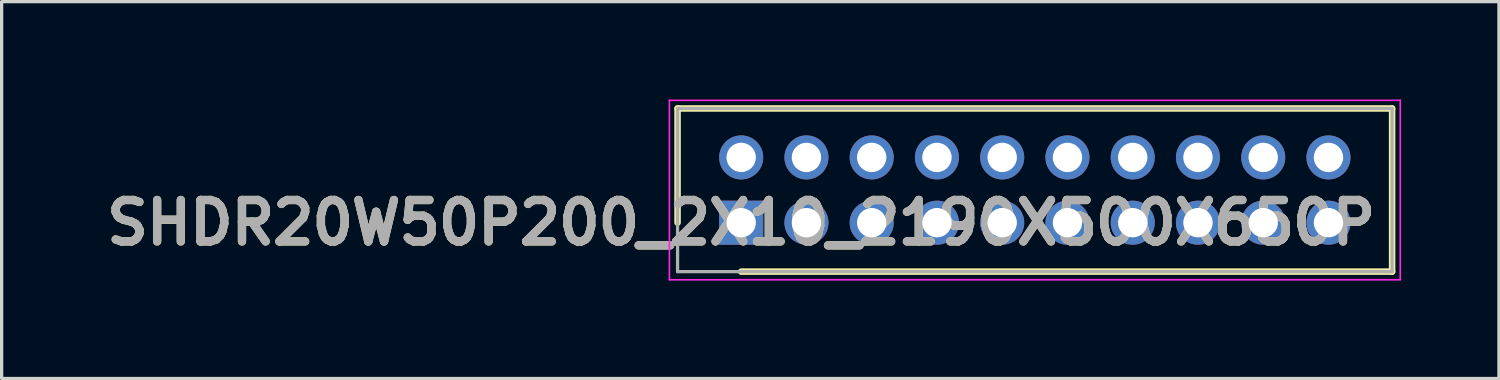
<source format=kicad_pcb>
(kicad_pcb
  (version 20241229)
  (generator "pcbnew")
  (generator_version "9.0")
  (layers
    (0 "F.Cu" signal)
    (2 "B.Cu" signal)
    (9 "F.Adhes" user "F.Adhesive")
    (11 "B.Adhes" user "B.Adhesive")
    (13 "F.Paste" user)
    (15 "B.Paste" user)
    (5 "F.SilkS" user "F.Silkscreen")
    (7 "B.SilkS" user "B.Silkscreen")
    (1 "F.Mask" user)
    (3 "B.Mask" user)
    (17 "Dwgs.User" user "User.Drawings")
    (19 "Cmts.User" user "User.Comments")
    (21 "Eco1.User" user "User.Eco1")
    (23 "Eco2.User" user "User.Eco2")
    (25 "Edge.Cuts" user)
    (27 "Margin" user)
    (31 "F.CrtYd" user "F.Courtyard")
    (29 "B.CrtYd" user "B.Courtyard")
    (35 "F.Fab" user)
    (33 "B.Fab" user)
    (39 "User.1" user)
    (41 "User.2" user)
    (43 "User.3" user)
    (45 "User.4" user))
  (footprint "SHDR20W50P200_2X10_2190X500X650P"
    (layer "F.Cu")
    (at 19.667 3.775)
    (property "Reference" "SHDR20W50P200_2X10_2190X500X650P" (at 0 0 0) (layer "F.SilkS") (effects (font (size 1.27 1.27) (thickness 0.254))))
    (attr through_hole)
    (fp_line (start -1.95 -3.5) (end -1.95 0) (stroke (width 0.2) (type solid)) (layer "F.SilkS"))
    (fp_line (start 0 1.5) (end 19.95 1.5) (stroke (width 0.2) (type solid)) (layer "F.SilkS"))
    (fp_line (start 19.95 -3.5) (end -1.95 -3.5) (stroke (width 0.2) (type solid)) (layer "F.SilkS"))
    (fp_line (start 19.95 1.5) (end 19.95 -3.5) (stroke (width 0.2) (type solid)) (layer "F.SilkS"))
    (fp_line (start -2.2 -3.75) (end 20.2 -3.75) (stroke (width 0.05) (type solid)) (layer "F.CrtYd"))
    (fp_line (start -2.2 1.75) (end -2.2 -3.75) (stroke (width 0.05) (type solid)) (layer "F.CrtYd"))
    (fp_line (start 20.2 -3.75) (end 20.2 1.75) (stroke (width 0.05) (type solid)) (layer "F.CrtYd"))
    (fp_line (start 20.2 1.75) (end -2.2 1.75) (stroke (width 0.05) (type solid)) (layer "F.CrtYd"))
    (fp_line (start -1.95 -3.5) (end 19.95 -3.5) (stroke (width 0.1) (type solid)) (layer "F.Fab"))
    (fp_line (start -1.95 1.5) (end -1.95 -3.5) (stroke (width 0.1) (type solid)) (layer "F.Fab"))
    (fp_line (start 19.95 -3.5) (end 19.95 1.5) (stroke (width 0.1) (type solid)) (layer "F.Fab"))
    (fp_line (start 19.95 1.5) (end -1.95 1.5) (stroke (width 0.1) (type solid)) (layer "F.Fab"))
    (fp_text user "${REFERENCE}" (at 0 0 0) (layer "F.Fab") (effects (font (size 1.27 1.27) (thickness 0.254))))
    (pad "1" thru_hole rect (at 0 0) (size 1.35 1.35) (drill 0.9) (layers "*.Cu" "*.Mask"))
    (pad "2" thru_hole circle (at 0 -2) (size 1.35 1.35) (drill 0.9) (layers "*.Cu" "*.Mask"))
    (pad "3" thru_hole circle (at 2 0) (size 1.35 1.35) (drill 0.9) (layers "*.Cu" "*.Mask"))
    (pad "4" thru_hole circle (at 2 -2) (size 1.35 1.35) (drill 0.9) (layers "*.Cu" "*.Mask"))
    (pad "5" thru_hole circle (at 4 0) (size 1.35 1.35) (drill 0.9) (layers "*.Cu" "*.Mask"))
    (pad "6" thru_hole circle (at 4 -2) (size 1.35 1.35) (drill 0.9) (layers "*.Cu" "*.Mask"))
    (pad "7" thru_hole circle (at 6 0) (size 1.35 1.35) (drill 0.9) (layers "*.Cu" "*.Mask"))
    (pad "8" thru_hole circle (at 6 -2) (size 1.35 1.35) (drill 0.9) (layers "*.Cu" "*.Mask"))
    (pad "9" thru_hole circle (at 8 0) (size 1.35 1.35) (drill 0.9) (layers "*.Cu" "*.Mask"))
    (pad "10" thru_hole circle (at 8 -2) (size 1.35 1.35) (drill 0.9) (layers "*.Cu" "*.Mask"))
    (pad "11" thru_hole circle (at 10 0) (size 1.35 1.35) (drill 0.9) (layers "*.Cu" "*.Mask"))
    (pad "12" thru_hole circle (at 10 -2) (size 1.35 1.35) (drill 0.9) (layers "*.Cu" "*.Mask"))
    (pad "13" thru_hole circle (at 12 0) (size 1.35 1.35) (drill 0.9) (layers "*.Cu" "*.Mask"))
    (pad "14" thru_hole circle (at 12 -2) (size 1.35 1.35) (drill 0.9) (layers "*.Cu" "*.Mask"))
    (pad "15" thru_hole circle (at 14 0) (size 1.35 1.35) (drill 0.9) (layers "*.Cu" "*.Mask"))
    (pad "16" thru_hole circle (at 14 -2) (size 1.35 1.35) (drill 0.9) (layers "*.Cu" "*.Mask"))
    (pad "17" thru_hole circle (at 16 0) (size 1.35 1.35) (drill 0.9) (layers "*.Cu" "*.Mask"))
    (pad "18" thru_hole circle (at 16 -2) (size 1.35 1.35) (drill 0.9) (layers "*.Cu" "*.Mask"))
    (pad "19" thru_hole circle (at 18 0) (size 1.35 1.35) (drill 0.9) (layers "*.Cu" "*.Mask"))
    (pad "20" thru_hole circle (at 18 -2) (size 1.35 1.35) (drill 0.9) (layers "*.Cu" "*.Mask")))
  (gr_rect
    (start -3 -3)
    (end 42.892 8.55)
    (stroke (width 0.1) (type default))
    (fill no)
    (layer "Edge.Cuts")))
</source>
